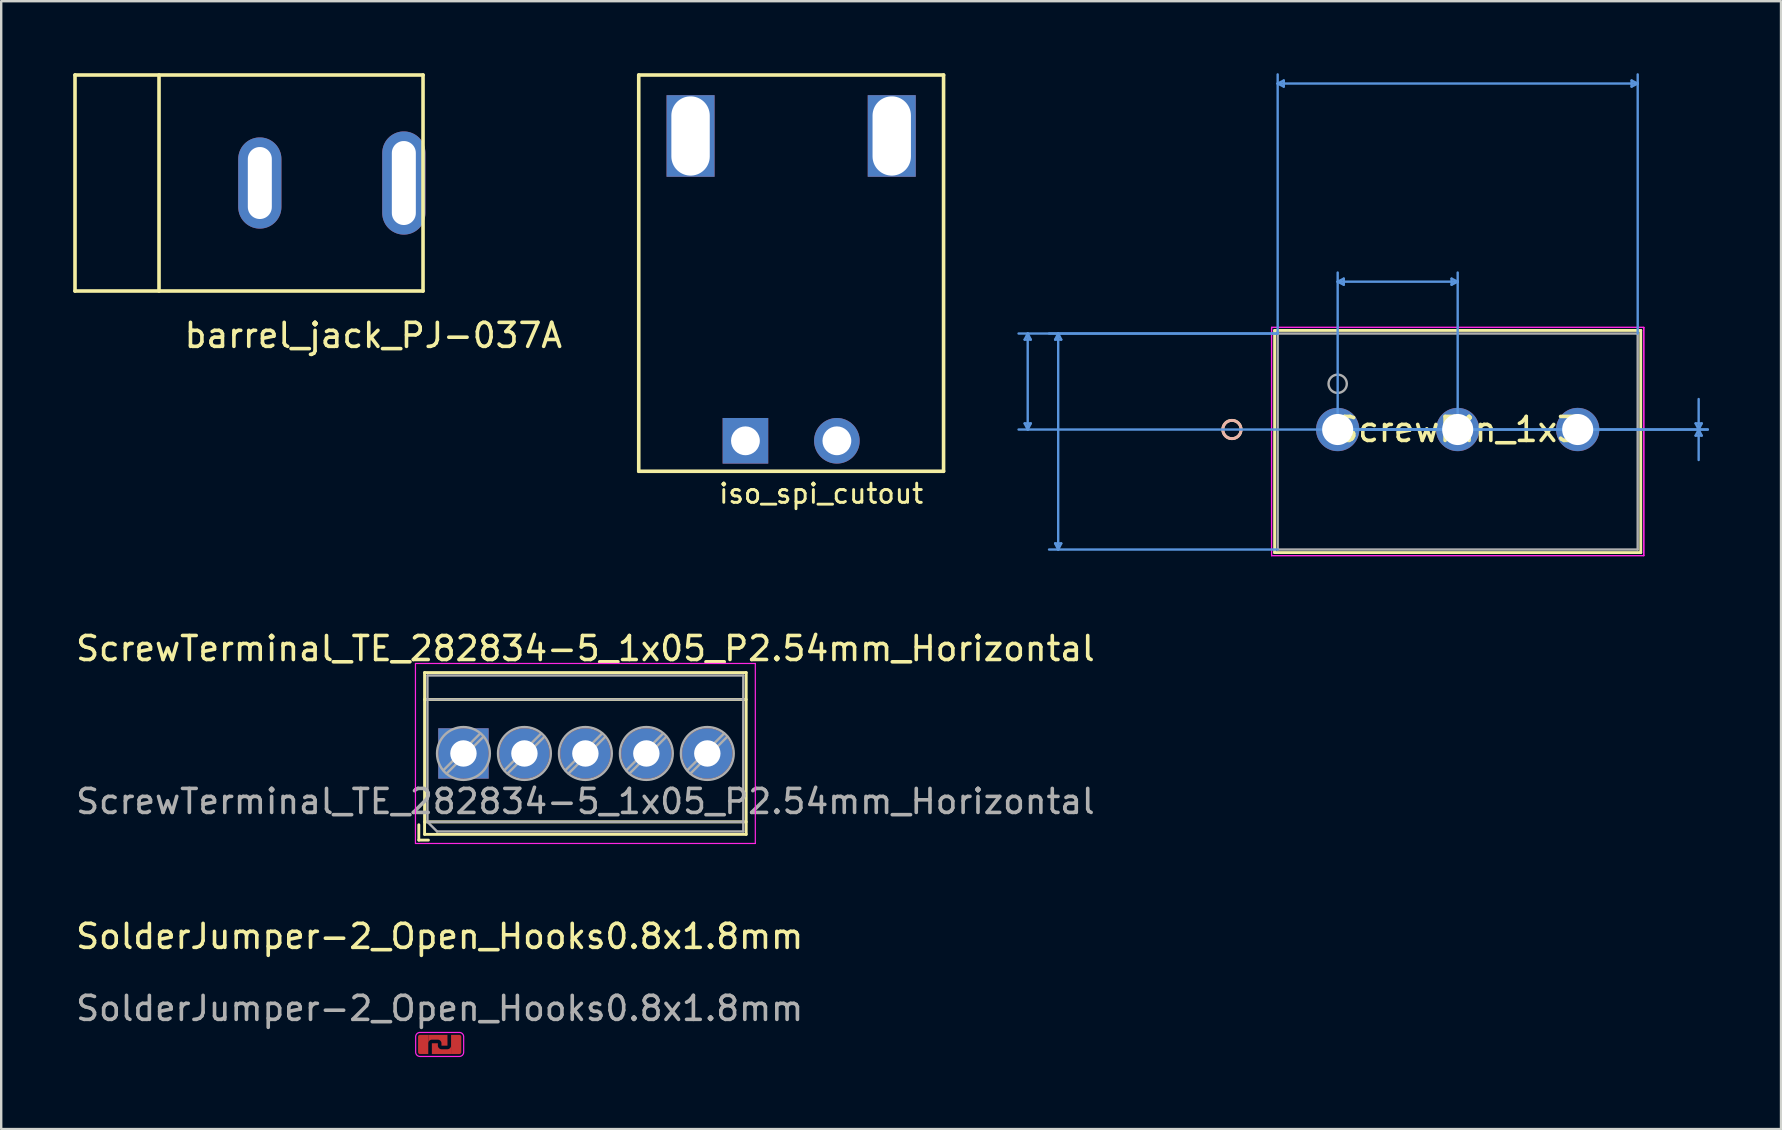
<source format=kicad_pcb>
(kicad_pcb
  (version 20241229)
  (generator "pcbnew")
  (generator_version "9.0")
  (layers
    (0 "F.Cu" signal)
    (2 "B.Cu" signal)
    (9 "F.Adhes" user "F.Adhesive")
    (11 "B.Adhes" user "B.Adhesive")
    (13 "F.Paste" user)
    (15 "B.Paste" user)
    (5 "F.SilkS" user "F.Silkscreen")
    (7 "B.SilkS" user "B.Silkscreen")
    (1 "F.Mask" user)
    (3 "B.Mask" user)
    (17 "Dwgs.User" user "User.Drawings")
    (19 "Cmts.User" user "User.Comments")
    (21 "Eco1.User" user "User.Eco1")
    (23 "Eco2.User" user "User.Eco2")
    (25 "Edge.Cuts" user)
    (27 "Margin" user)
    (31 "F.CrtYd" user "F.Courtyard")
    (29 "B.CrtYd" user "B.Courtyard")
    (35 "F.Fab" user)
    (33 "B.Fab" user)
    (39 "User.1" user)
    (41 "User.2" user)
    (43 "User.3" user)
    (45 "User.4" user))
  (footprint "barrel_jack_PJ-037A"
    (layer "F.Cu")
    (at 13.775 4.575)
    (property "Reference" "barrel_jack_PJ-037A" (at -1.27 6.35 0) (layer "F.SilkS") (effects (font (size 1 1) (thickness 0.15))))
    (attr through_hole)
    (fp_line (start -13.7 -4.5) (end -13.7 4.5) (stroke (width 0.15) (type solid)) (layer "F.SilkS"))
    (fp_line (start -13.7 -4.5) (end 0.8 -4.5) (stroke (width 0.15) (type solid)) (layer "F.SilkS"))
    (fp_line (start -13.7 4.5) (end 0.8 4.5) (stroke (width 0.15) (type solid)) (layer "F.SilkS"))
    (fp_line (start -10.2 -4.5) (end -10.2 4.5) (stroke (width 0.15) (type solid)) (layer "F.SilkS"))
    (fp_line (start 0.8 -4.5) (end 0.8 4.5) (stroke (width 0.15) (type solid)) (layer "F.SilkS"))
    (pad "1" thru_hole oval (at 0 0) (size 1.8 4.3) (drill oval 1 3.5) (layers "*.Cu" "*.Mask"))
    (pad "2" thru_hole oval (at -6 0) (size 1.8 3.8) (drill oval 1 3) (layers "*.Cu" "*.Mask")))
  (footprint "SolderJumper-2_Open_Hooks0.8x1.8mm"
    (layer "F.Cu")
    (at 15.268 40.465)
    (property "Reference" "SolderJumper-2_Open_Hooks0.8x1.8mm" (at 0 -4.5 0) (unlocked yes) (layer "F.SilkS") (effects (font (size 1 1) (thickness 0.15))))
    (attr smd)
    (fp_poly (pts (arc (start 0.82 0.5) (mid 0.947279 0.447279) (end 1 0.32)) (arc (start 1 -0.32) (mid 0.947279 -0.447279) (end 0.82 -0.5)) (arc (start -0.82 -0.5) (mid -0.947279 -0.447279) (end -1 -0.32)) (arc (start -1 0.32) (mid -0.947279 0.447279) (end -0.82 0.5))) (stroke (width 0.05) (type solid)) (fill no) (layer "F.CrtYd"))
    (fp_text user "${REFERENCE}" (at 0 -1.5 0) (unlocked yes) (layer "F.Fab") (effects (font (size 1 1) (thickness 0.15))))
    (pad "" smd custom (at -0.1 0.225) (size 0.1 0.1) (layers "F.Cu" "F.Mask") (options (anchor circle)) (primitives (gr_poly (pts (xy -0.05 -0.025) (xy -0.048 -0.035) (xy -0.043 -0.043) (xy -0.035 -0.048) (xy -0.025 -0.05) (xy 0.025 -0.05) (xy 0.035 -0.048) (xy 0.043 -0.043) (xy 0.048 -0.035) (xy 0.05 -0.025) (xy 0.05 0.025) (xy 0.048 0.035) (xy 0.043 0.043) (xy 0.035 0.048) (xy 0.025 0.05) (xy -0.025 0.05) (xy -0.035 0.048) (xy -0.043 0.043) (xy -0.048 0.035) (xy -0.05 0.025)) (width 0) (fill yes)) (gr_poly (pts (arc (start 0.42 -0.025) (mid 0.529602 -0.070398) (end 0.575 -0.18)) (xy 0.575 0.175) (xy -0.225 0.175) (arc (start -0.225 -0.27) (mid -0.223536 -0.273536) (end -0.22 -0.275)) (arc (start 0.02 -0.275) (mid 0.023536 -0.273536) (end 0.025 -0.27)) (arc (start 0.025 -0.18) (mid 0.070398 -0.070398) (end 0.18 -0.025))) (width 0) (fill yes))))
    (pad "" smd custom (at 0.15 -0.275) (size 0.1 0.1) (layers "F.Cu" "F.Mask") (options (anchor circle)) (primitives (gr_poly (pts (xy -0.05 -0.025) (xy -0.048 -0.035) (xy -0.043 -0.043) (xy -0.035 -0.048) (xy -0.025 -0.05) (xy 0.025 -0.05) (xy 0.035 -0.048) (xy 0.043 -0.043) (xy 0.048 -0.035) (xy 0.05 -0.025) (xy 0.05 0.025) (xy 0.048 0.035) (xy 0.043 0.043) (xy 0.035 0.048) (xy 0.025 0.05) (xy -0.025 0.05) (xy -0.035 0.048) (xy -0.043 0.043) (xy -0.048 0.035) (xy -0.05 0.025)) (width 0) (fill yes)) (gr_poly (pts (arc (start 0.175 0.32) (mid 0.173536 0.323536) (end 0.17 0.325)) (arc (start -0.07 0.325) (mid -0.073536 0.323536) (end -0.075 0.32)) (arc (start -0.075 0.23) (mid -0.120398 0.120398) (end -0.23 0.075)) (arc (start -0.47 0.075) (mid -0.579602 0.120398) (end -0.625 0.23)) (xy -0.625 -0.125) (xy 0.175 -0.125)) (width 0) (fill yes))))
    (pad "1" smd custom (at 0.65 0.1) (size 0.1 0.1) (layers "F.Cu" "F.Mask") (options (anchor circle)) (primitives (gr_poly (pts (xy -0.05 -0.025) (xy -0.048 -0.035) (xy -0.043 -0.043) (xy -0.035 -0.048) (xy -0.025 -0.05) (xy 0.025 -0.05) (xy 0.035 -0.048) (xy 0.043 -0.043) (xy 0.048 -0.035) (xy 0.05 -0.025) (xy 0.05 0.025) (xy 0.048 0.035) (xy 0.043 0.043) (xy 0.035 0.048) (xy 0.025 0.05) (xy -0.025 0.05) (xy -0.035 0.048) (xy -0.043 0.043) (xy -0.048 0.035) (xy -0.05 0.025)) (width 0) (fill yes)) (gr_poly (pts (arc (start 0.25 0.22) (mid 0.226569 0.276569) (end 0.17 0.3)) (xy -0.175 0.3) (xy -0.175 -0.5) (arc (start 0.17 -0.5) (mid 0.226569 -0.476569) (end 0.25 -0.42))) (width 0) (fill yes))))
    (pad "2" smd custom (at -0.65 0.075) (size 0.1 0.1) (layers "F.Cu" "F.Mask") (options (anchor circle)) (primitives (gr_poly (pts (xy -0.05 -0.025) (xy -0.048 -0.035) (xy -0.043 -0.043) (xy -0.035 -0.048) (xy -0.025 -0.05) (xy 0.025 -0.05) (xy 0.035 -0.048) (xy 0.043 -0.043) (xy 0.048 -0.035) (xy 0.05 -0.025) (xy 0.05 0.025) (xy 0.048 0.035) (xy 0.043 0.043) (xy 0.035 0.048) (xy 0.025 0.05) (xy -0.025 0.05) (xy -0.035 0.048) (xy -0.043 0.043) (xy -0.048 0.035) (xy -0.05 0.025)) (width 0) (fill yes)) (gr_poly (pts (xy 0.175 -0.12) (xy 0.175 0.325) (arc (start -0.17 0.325) (mid -0.226569 0.301569) (end -0.25 0.245)) (arc (start -0.25 -0.395) (mid -0.226569 -0.451569) (end -0.17 -0.475)) (xy 0.175 -0.475)) (width 0) (fill yes)))))
  (footprint "iso_spi_cutout"
    (layer "F.Cu")
    (at 29.912 15.315)
    (property "Reference" "iso_spi_cutout" (at 1.25 2.2 0) (layer "F.SilkS") (effects (font (size 0.8 0.8) (thickness 0.12))))
    (attr through_hole)
    (fp_line (start -6.35 -15.24) (end 6.35 -15.24) (stroke (width 0.15) (type solid)) (layer "F.SilkS"))
    (fp_line (start -6.35 1.27) (end -6.35 -15.24) (stroke (width 0.15) (type solid)) (layer "F.SilkS"))
    (fp_line (start 6.35 -15.24) (end 6.35 1.27) (stroke (width 0.15) (type solid)) (layer "F.SilkS"))
    (fp_line (start 6.35 1.27) (end -6.35 1.27) (stroke (width 0.15) (type solid)) (layer "F.SilkS"))
    (pad "" np_thru_hole rect (at -4.191 -12.7) (size 2 3.4) (drill oval 1.6 3.302) (layers "*.Cu" "*.Mask"))
    (pad "" np_thru_hole rect (at 4.191 -12.7) (size 2 3.4) (drill oval 1.6 3.302) (layers "*.Cu" "*.Mask"))
    (pad "1" thru_hole rect (at -1.905 0) (size 1.9 1.9) (drill 1.2) (layers "*.Cu" "*.Mask"))
    (pad "2" thru_hole circle (at 1.905 0) (size 1.9 1.9) (drill 1.2) (layers "*.Cu" "*.Mask")))
  (footprint "ScrewPin_1x3"
    (layer "F.Cu")
    (at 52.682 14.845)
    (property "Reference" "ScrewPin_1x3" (at 5 0 0) (layer "F.SilkS") (effects (font (size 1 1) (thickness 0.15))))
    (attr through_hole)
    (fp_line (start -2.627 -4.127) (end -2.627 5.127) (stroke (width 0.12) (type solid)) (layer "F.SilkS"))
    (fp_line (start -2.627 5.127) (end 12.627 5.127) (stroke (width 0.12) (type solid)) (layer "F.SilkS"))
    (fp_line (start 12.627 -4.127) (end -2.627 -4.127) (stroke (width 0.12) (type solid)) (layer "F.SilkS"))
    (fp_line (start 12.627 5.127) (end 12.627 -4.127) (stroke (width 0.12) (type solid)) (layer "F.SilkS"))
    (fp_circle (center -4.405 0) (end -4.024 0) (stroke (width 0.12) (type solid)) (fill no) (layer "F.SilkS"))
    (fp_circle (center -4.405 0) (end -4.024 0) (stroke (width 0.12) (type solid)) (fill no) (layer "B.SilkS"))
    (fp_line (start -13.041 -3.746) (end -12.787 -3.746) (stroke (width 0.1) (type solid)) (layer "Cmts.User"))
    (fp_line (start -13.041 -0.254) (end -12.787 -0.254) (stroke (width 0.1) (type solid)) (layer "Cmts.User"))
    (fp_line (start -12.914 -4) (end -13.041 -3.746) (stroke (width 0.1) (type solid)) (layer "Cmts.User"))
    (fp_line (start -12.914 -4) (end -12.914 0) (stroke (width 0.1) (type solid)) (layer "Cmts.User"))
    (fp_line (start -12.914 -4) (end -12.787 -3.746) (stroke (width 0.1) (type solid)) (layer "Cmts.User"))
    (fp_line (start -12.914 0) (end -13.041 -0.254) (stroke (width 0.1) (type solid)) (layer "Cmts.User"))
    (fp_line (start -12.914 0) (end -12.787 -0.254) (stroke (width 0.1) (type solid)) (layer "Cmts.User"))
    (fp_line (start -11.771 -3.746) (end -11.517 -3.746) (stroke (width 0.1) (type solid)) (layer "Cmts.User"))
    (fp_line (start -11.771 4.746) (end -11.517 4.746) (stroke (width 0.1) (type solid)) (layer "Cmts.User"))
    (fp_line (start -11.644 -4) (end -11.771 -3.746) (stroke (width 0.1) (type solid)) (layer "Cmts.User"))
    (fp_line (start -11.644 -4) (end -11.644 5) (stroke (width 0.1) (type solid)) (layer "Cmts.User"))
    (fp_line (start -11.644 -4) (end -11.517 -3.746) (stroke (width 0.1) (type solid)) (layer "Cmts.User"))
    (fp_line (start -11.644 5) (end -11.771 4.746) (stroke (width 0.1) (type solid)) (layer "Cmts.User"))
    (fp_line (start -11.644 5) (end -11.517 4.746) (stroke (width 0.1) (type solid)) (layer "Cmts.User"))
    (fp_line (start -2.5 -14.414) (end -2.246 -14.541) (stroke (width 0.1) (type solid)) (layer "Cmts.User"))
    (fp_line (start -2.5 -14.414) (end -2.246 -14.287) (stroke (width 0.1) (type solid)) (layer "Cmts.User"))
    (fp_line (start -2.5 -14.414) (end 12.5 -14.414) (stroke (width 0.1) (type solid)) (layer "Cmts.User"))
    (fp_line (start -2.5 -4) (end -13.295 -4) (stroke (width 0.1) (type solid)) (layer "Cmts.User"))
    (fp_line (start -2.5 -4) (end -12.025 -4) (stroke (width 0.1) (type solid)) (layer "Cmts.User"))
    (fp_line (start -2.5 -4) (end -2.5 -14.795) (stroke (width 0.1) (type solid)) (layer "Cmts.User"))
    (fp_line (start -2.5 5) (end -12.025 5) (stroke (width 0.1) (type solid)) (layer "Cmts.User"))
    (fp_line (start -2.246 -14.541) (end -2.246 -14.287) (stroke (width 0.1) (type solid)) (layer "Cmts.User"))
    (fp_line (start 0 -6.159) (end 0.254 -6.286) (stroke (width 0.1) (type solid)) (layer "Cmts.User"))
    (fp_line (start 0 -6.159) (end 0.254 -6.032) (stroke (width 0.1) (type solid)) (layer "Cmts.User"))
    (fp_line (start 0 -6.159) (end 5 -6.159) (stroke (width 0.1) (type solid)) (layer "Cmts.User"))
    (fp_line (start 0 0) (end 0 -6.54) (stroke (width 0.1) (type solid)) (layer "Cmts.User"))
    (fp_line (start 0 0) (end 15.421 0) (stroke (width 0.1) (type solid)) (layer "Cmts.User"))
    (fp_line (start 0 0) (end 15.421 0) (stroke (width 0.1) (type solid)) (layer "Cmts.User"))
    (fp_line (start 0.254 -6.286) (end 0.254 -6.032) (stroke (width 0.1) (type solid)) (layer "Cmts.User"))
    (fp_line (start 4.746 -6.286) (end 4.746 -6.032) (stroke (width 0.1) (type solid)) (layer "Cmts.User"))
    (fp_line (start 5 -6.159) (end 4.746 -6.286) (stroke (width 0.1) (type solid)) (layer "Cmts.User"))
    (fp_line (start 5 -6.159) (end 4.746 -6.032) (stroke (width 0.1) (type solid)) (layer "Cmts.User"))
    (fp_line (start 5 0) (end -13.295 0) (stroke (width 0.1) (type solid)) (layer "Cmts.User"))
    (fp_line (start 5 0) (end 5 -6.54) (stroke (width 0.1) (type solid)) (layer "Cmts.User"))
    (fp_line (start 12.246 -14.541) (end 12.246 -14.287) (stroke (width 0.1) (type solid)) (layer "Cmts.User"))
    (fp_line (start 12.5 -14.414) (end 12.246 -14.541) (stroke (width 0.1) (type solid)) (layer "Cmts.User"))
    (fp_line (start 12.5 -14.414) (end 12.246 -14.287) (stroke (width 0.1) (type solid)) (layer "Cmts.User"))
    (fp_line (start 12.5 -4) (end 12.5 -14.795) (stroke (width 0.1) (type solid)) (layer "Cmts.User"))
    (fp_line (start 14.913 -0.254) (end 15.167 -0.254) (stroke (width 0.1) (type solid)) (layer "Cmts.User"))
    (fp_line (start 14.913 0.254) (end 15.167 0.254) (stroke (width 0.1) (type solid)) (layer "Cmts.User"))
    (fp_line (start 15.04 0) (end 14.913 -0.254) (stroke (width 0.1) (type solid)) (layer "Cmts.User"))
    (fp_line (start 15.04 0) (end 14.913 0.254) (stroke (width 0.1) (type solid)) (layer "Cmts.User"))
    (fp_line (start 15.04 0) (end 15.04 -1.27) (stroke (width 0.1) (type solid)) (layer "Cmts.User"))
    (fp_line (start 15.04 0) (end 15.04 1.27) (stroke (width 0.1) (type solid)) (layer "Cmts.User"))
    (fp_line (start 15.04 0) (end 15.167 -0.254) (stroke (width 0.1) (type solid)) (layer "Cmts.User"))
    (fp_line (start 15.04 0) (end 15.167 0.254) (stroke (width 0.1) (type solid)) (layer "Cmts.User"))
    (fp_line (start -2.754 -4.254) (end -2.754 5.254) (stroke (width 0.05) (type solid)) (layer "F.CrtYd"))
    (fp_line (start -2.754 -4.254) (end -2.754 5.254) (stroke (width 0.05) (type solid)) (layer "F.CrtYd"))
    (fp_line (start -2.754 5.254) (end 12.754 5.254) (stroke (width 0.05) (type solid)) (layer "F.CrtYd"))
    (fp_line (start -2.754 5.254) (end 12.754 5.254) (stroke (width 0.05) (type solid)) (layer "F.CrtYd"))
    (fp_line (start 12.754 -4.254) (end -2.754 -4.254) (stroke (width 0.05) (type solid)) (layer "F.CrtYd"))
    (fp_line (start 12.754 -4.254) (end -2.754 -4.254) (stroke (width 0.05) (type solid)) (layer "F.CrtYd"))
    (fp_line (start 12.754 5.254) (end 12.754 -4.254) (stroke (width 0.05) (type solid)) (layer "F.CrtYd"))
    (fp_line (start 12.754 5.254) (end 12.754 -4.254) (stroke (width 0.05) (type solid)) (layer "F.CrtYd"))
    (fp_line (start -2.5 -4) (end -2.5 5) (stroke (width 0.1) (type solid)) (layer "F.Fab"))
    (fp_line (start -2.5 5) (end 12.5 5) (stroke (width 0.1) (type solid)) (layer "F.Fab"))
    (fp_line (start 12.5 -4) (end -2.5 -4) (stroke (width 0.1) (type solid)) (layer "F.Fab"))
    (fp_line (start 12.5 5) (end 12.5 -4) (stroke (width 0.1) (type solid)) (layer "F.Fab"))
    (fp_circle (center 0 -1.905) (end 0.381 -1.905) (stroke (width 0.1) (type solid)) (fill no) (layer "F.Fab"))
    (fp_text user "*" (at 0 0 0) (layer "F.SilkS") (effects (font (size 1 1) (thickness 0.15))))
    (fp_text user "Copyright 2021 Accelerated Designs. All rights reserved." (at 0 0 0) (layer "Cmts.User") (effects (font (size 0.127 0.127) (thickness 0.002))))
    (fp_text user "*" (at 0 0 0) (layer "F.Fab") (effects (font (size 1 1) (thickness 0.15))))
    (pad "1" thru_hole circle (at 0 0) (size 1.803 1.803) (drill 1.295) (layers "*.Cu" "*.Mask"))
    (pad "2" thru_hole circle (at 5 0) (size 1.803 1.803) (drill 1.295) (layers "*.Cu" "*.Mask"))
    (pad "3" thru_hole circle (at 10 0) (size 1.803 1.803) (drill 1.295) (layers "*.Cu" "*.Mask")))
  (footprint "ScrewTerminal_TE_282834-5_1x05_P2.54mm_Horizontal"
    (layer "F.Cu")
    (at 16.259 28.342)
    (property "Reference" "ScrewTerminal_TE_282834-5_1x05_P2.54mm_Horizontal" (at 5.08 -4.37 0) (layer "F.SilkS") (effects (font (size 1 1) (thickness 0.15))))
    (attr through_hole)
    (fp_line (start -1.86 2.97) (end -1.86 3.61) (stroke (width 0.12) (type solid)) (layer "F.SilkS"))
    (fp_line (start -1.86 3.61) (end -1.46 3.61) (stroke (width 0.12) (type solid)) (layer "F.SilkS"))
    (fp_line (start -1.62 -3.37) (end -1.62 3.37) (stroke (width 0.12) (type solid)) (layer "F.SilkS"))
    (fp_line (start -1.62 -3.37) (end 11.78 -3.37) (stroke (width 0.12) (type solid)) (layer "F.SilkS"))
    (fp_line (start -1.62 -2.25) (end 11.78 -2.25) (stroke (width 0.12) (type solid)) (layer "F.SilkS"))
    (fp_line (start -1.62 2.85) (end 11.78 2.85) (stroke (width 0.12) (type solid)) (layer "F.SilkS"))
    (fp_line (start -1.62 3.37) (end 11.78 3.37) (stroke (width 0.12) (type solid)) (layer "F.SilkS"))
    (fp_line (start 11.78 -3.37) (end 11.78 3.37) (stroke (width 0.12) (type solid)) (layer "F.SilkS"))
    (fp_line (start -2 -3.75) (end -2 3.75) (stroke (width 0.05) (type solid)) (layer "F.CrtYd"))
    (fp_line (start -2 3.75) (end 12.16 3.75) (stroke (width 0.05) (type solid)) (layer "F.CrtYd"))
    (fp_line (start 12.16 -3.75) (end -2 -3.75) (stroke (width 0.05) (type solid)) (layer "F.CrtYd"))
    (fp_line (start 12.16 3.75) (end 12.16 -3.75) (stroke (width 0.05) (type solid)) (layer "F.CrtYd"))
    (fp_line (start -1.5 -3.25) (end 11.66 -3.25) (stroke (width 0.1) (type solid)) (layer "F.Fab"))
    (fp_line (start -1.5 -2.25) (end 11.66 -2.25) (stroke (width 0.1) (type solid)) (layer "F.Fab"))
    (fp_line (start -1.5 2.85) (end -1.5 -3.25) (stroke (width 0.1) (type solid)) (layer "F.Fab"))
    (fp_line (start -1.5 2.85) (end 11.66 2.85) (stroke (width 0.1) (type solid)) (layer "F.Fab"))
    (fp_line (start -1.1 3.25) (end -1.5 2.85) (stroke (width 0.1) (type solid)) (layer "F.Fab"))
    (fp_line (start 0.701 -0.835) (end -0.835 0.7) (stroke (width 0.1) (type solid)) (layer "F.Fab"))
    (fp_line (start 0.835 -0.7) (end -0.701 0.835) (stroke (width 0.1) (type solid)) (layer "F.Fab"))
    (fp_line (start 3.241 -0.835) (end 1.706 0.7) (stroke (width 0.1) (type solid)) (layer "F.Fab"))
    (fp_line (start 3.375 -0.7) (end 1.84 0.835) (stroke (width 0.1) (type solid)) (layer "F.Fab"))
    (fp_line (start 5.781 -0.835) (end 4.246 0.7) (stroke (width 0.1) (type solid)) (layer "F.Fab"))
    (fp_line (start 5.915 -0.7) (end 4.38 0.835) (stroke (width 0.1) (type solid)) (layer "F.Fab"))
    (fp_line (start 8.321 -0.835) (end 6.786 0.7) (stroke (width 0.1) (type solid)) (layer "F.Fab"))
    (fp_line (start 8.455 -0.7) (end 6.92 0.835) (stroke (width 0.1) (type solid)) (layer "F.Fab"))
    (fp_line (start 10.861 -0.835) (end 9.326 0.7) (stroke (width 0.1) (type solid)) (layer "F.Fab"))
    (fp_line (start 10.995 -0.7) (end 9.46 0.835) (stroke (width 0.1) (type solid)) (layer "F.Fab"))
    (fp_line (start 11.66 -3.25) (end 11.66 3.25) (stroke (width 0.1) (type solid)) (layer "F.Fab"))
    (fp_line (start 11.66 3.25) (end -1.1 3.25) (stroke (width 0.1) (type solid)) (layer "F.Fab"))
    (fp_circle (center 0 0) (end 1.1 0) (stroke (width 0.1) (type solid)) (fill no) (layer "F.Fab"))
    (fp_circle (center 2.54 0) (end 3.64 0) (stroke (width 0.1) (type solid)) (fill no) (layer "F.Fab"))
    (fp_circle (center 5.08 0) (end 6.18 0) (stroke (width 0.1) (type solid)) (fill no) (layer "F.Fab"))
    (fp_circle (center 7.62 0) (end 8.72 0) (stroke (width 0.1) (type solid)) (fill no) (layer "F.Fab"))
    (fp_circle (center 10.16 0) (end 11.26 0) (stroke (width 0.1) (type solid)) (fill no) (layer "F.Fab"))
    (fp_text user "${REFERENCE}" (at 5.08 2 0) (layer "F.Fab") (effects (font (size 1 1) (thickness 0.15))))
    (pad "1" thru_hole rect (at 0 0) (size 2.1 2.1) (drill 1.1) (layers "*.Cu" "*.Mask"))
    (pad "2" thru_hole circle (at 2.54 0) (size 2.1 2.1) (drill 1.1) (layers "*.Cu" "*.Mask"))
    (pad "3" thru_hole circle (at 5.08 0) (size 2.1 2.1) (drill 1.1) (layers "*.Cu" "*.Mask"))
    (pad "4" thru_hole circle (at 7.62 0) (size 2.1 2.1) (drill 1.1) (layers "*.Cu" "*.Mask"))
    (pad "5" thru_hole circle (at 10.16 0) (size 2.1 2.1) (drill 1.1) (layers "*.Cu" "*.Mask")))
  (gr_rect
    (start -3 -3)
    (end 71.153 43.99)
    (stroke (width 0.1) (type default))
    (fill no)
    (layer "Edge.Cuts")))
</source>
